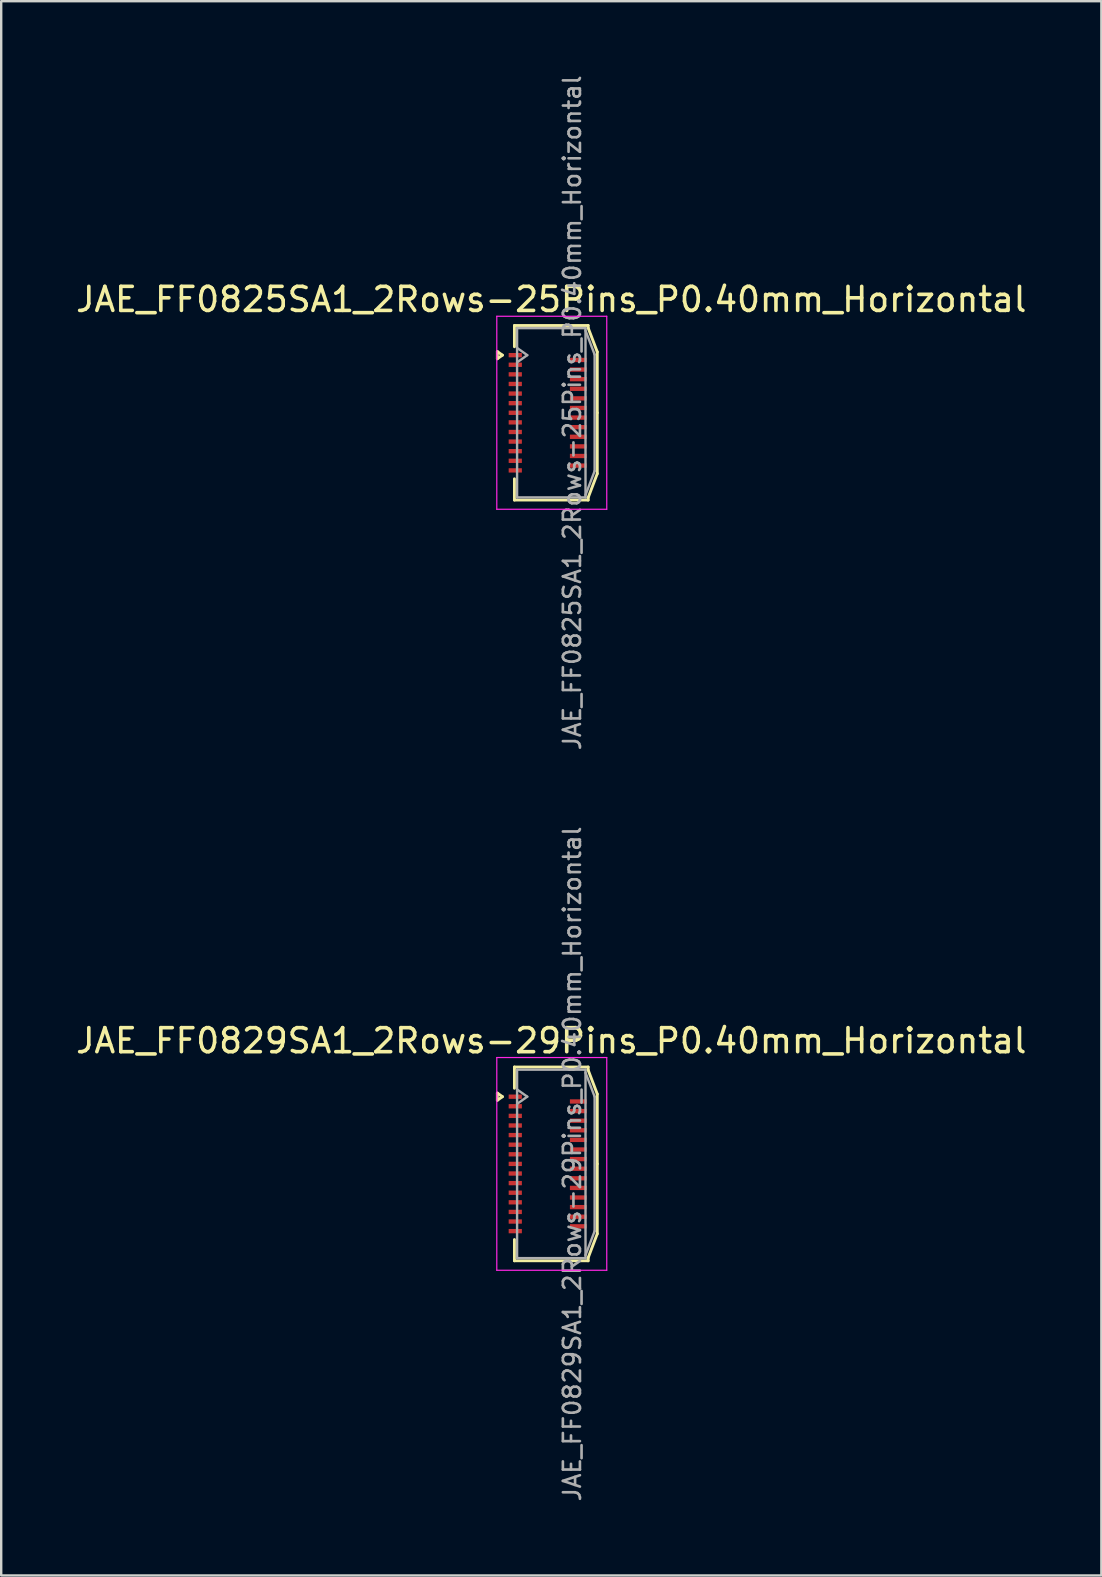
<source format=kicad_pcb>
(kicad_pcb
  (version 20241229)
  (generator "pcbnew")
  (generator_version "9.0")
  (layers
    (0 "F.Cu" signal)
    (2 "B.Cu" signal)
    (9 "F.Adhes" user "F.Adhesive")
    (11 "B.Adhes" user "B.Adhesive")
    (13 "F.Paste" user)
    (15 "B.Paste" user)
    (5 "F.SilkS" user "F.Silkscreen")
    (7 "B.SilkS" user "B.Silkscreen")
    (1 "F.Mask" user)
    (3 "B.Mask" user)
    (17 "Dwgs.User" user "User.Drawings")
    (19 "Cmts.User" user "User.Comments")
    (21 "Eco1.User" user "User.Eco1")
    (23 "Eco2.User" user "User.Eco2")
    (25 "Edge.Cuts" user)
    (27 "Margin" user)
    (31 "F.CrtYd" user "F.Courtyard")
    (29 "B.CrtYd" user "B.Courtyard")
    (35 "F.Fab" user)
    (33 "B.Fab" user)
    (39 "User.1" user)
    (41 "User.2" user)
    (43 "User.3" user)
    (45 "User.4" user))
  (footprint "JAE_FF0829SA1_2Rows-29Pins_P0.40mm_Horizontal"
    (layer "F.Cu")
    (at 19.761 45.426)
    (property "Reference" "JAE_FF0829SA1_2Rows-29Pins_P0.40mm_Horizontal" (at 0.15 -5.13 0) (layer "F.SilkS") (effects (font (size 1 1) (thickness 0.15))))
    (attr smd)
    (fp_line (start -2.097 -2.95) (end -1.885 -2.8) (stroke (width 0.12) (type solid)) (layer "F.SilkS"))
    (fp_line (start -2.097 -2.65) (end -2.097 -2.95) (stroke (width 0.12) (type solid)) (layer "F.SilkS"))
    (fp_line (start -1.885 -2.8) (end -2.097 -2.65) (stroke (width 0.12) (type solid)) (layer "F.SilkS"))
    (fp_line (start -1.385 -4.035) (end 1.685 -4.035) (stroke (width 0.12) (type solid)) (layer "F.SilkS"))
    (fp_line (start -1.385 -3.15) (end -1.385 -4.035) (stroke (width 0.12) (type solid)) (layer "F.SilkS"))
    (fp_line (start -1.385 3.15) (end -1.385 4.035) (stroke (width 0.12) (type solid)) (layer "F.SilkS"))
    (fp_line (start -1.385 4.035) (end 1.685 4.035) (stroke (width 0.12) (type solid)) (layer "F.SilkS"))
    (fp_line (start 1.685 -4.035) (end 1.685 -3.91) (stroke (width 0.12) (type solid)) (layer "F.SilkS"))
    (fp_line (start 1.685 -3.91) (end 2.065 -2.91) (stroke (width 0.12) (type solid)) (layer "F.SilkS"))
    (fp_line (start 1.685 3.91) (end 2.065 2.91) (stroke (width 0.12) (type solid)) (layer "F.SilkS"))
    (fp_line (start 1.685 4.035) (end 1.685 3.91) (stroke (width 0.12) (type solid)) (layer "F.SilkS"))
    (fp_line (start 2.065 -2.91) (end 2.065 0) (stroke (width 0.12) (type solid)) (layer "F.SilkS"))
    (fp_line (start 2.065 2.91) (end 2.065 0) (stroke (width 0.12) (type solid)) (layer "F.SilkS"))
    (fp_line (start -2.12 -4.43) (end -2.12 4.43) (stroke (width 0.05) (type solid)) (layer "F.CrtYd"))
    (fp_line (start -2.12 4.43) (end 2.46 4.43) (stroke (width 0.05) (type solid)) (layer "F.CrtYd"))
    (fp_line (start 2.46 -4.43) (end -2.12 -4.43) (stroke (width 0.05) (type solid)) (layer "F.CrtYd"))
    (fp_line (start 2.46 4.43) (end 2.46 -4.43) (stroke (width 0.05) (type solid)) (layer "F.CrtYd"))
    (fp_line (start -1.275 -3.925) (end -1.275 3.925) (stroke (width 0.1) (type solid)) (layer "F.Fab"))
    (fp_line (start -1.275 -3.1) (end -0.851 -2.8) (stroke (width 0.1) (type solid)) (layer "F.Fab"))
    (fp_line (start -1.275 3.925) (end 1.575 3.925) (stroke (width 0.1) (type solid)) (layer "F.Fab"))
    (fp_line (start -0.851 -2.8) (end -1.275 -2.5) (stroke (width 0.1) (type solid)) (layer "F.Fab"))
    (fp_line (start 1.575 -3.925) (end -1.275 -3.925) (stroke (width 0.1) (type solid)) (layer "F.Fab"))
    (fp_line (start 1.575 -3.8) (end 1.955 -2.8) (stroke (width 0.1) (type solid)) (layer "F.Fab"))
    (fp_line (start 1.575 3.925) (end 1.575 -3.925) (stroke (width 0.1) (type solid)) (layer "F.Fab"))
    (fp_line (start 1.955 -2.8) (end 1.955 2.8) (stroke (width 0.1) (type solid)) (layer "F.Fab"))
    (fp_line (start 1.955 2.8) (end 1.575 3.8) (stroke (width 0.1) (type solid)) (layer "F.Fab"))
    (fp_text user "${REFERENCE}" (at 1.02 0 90) (layer "F.Fab") (effects (font (size 0.71 0.71) (thickness 0.11))))
    (pad "1" smd rect (at -1.35 -2.8) (size 0.55 0.18) (layers "F.Cu" "F.Mask" "F.Paste"))
    (pad "2" smd rect (at 1.275 -2.6) (size 0.7 0.18) (layers "F.Cu" "F.Mask" "F.Paste"))
    (pad "3" smd rect (at -1.35 -2.4) (size 0.55 0.18) (layers "F.Cu" "F.Mask" "F.Paste"))
    (pad "4" smd rect (at 1.275 -2.2) (size 0.7 0.18) (layers "F.Cu" "F.Mask" "F.Paste"))
    (pad "5" smd rect (at -1.35 -2) (size 0.55 0.18) (layers "F.Cu" "F.Mask" "F.Paste"))
    (pad "6" smd rect (at 1.275 -1.8) (size 0.7 0.18) (layers "F.Cu" "F.Mask" "F.Paste"))
    (pad "7" smd rect (at -1.35 -1.6) (size 0.55 0.18) (layers "F.Cu" "F.Mask" "F.Paste"))
    (pad "8" smd rect (at 1.275 -1.4) (size 0.7 0.18) (layers "F.Cu" "F.Mask" "F.Paste"))
    (pad "9" smd rect (at -1.35 -1.2) (size 0.55 0.18) (layers "F.Cu" "F.Mask" "F.Paste"))
    (pad "10" smd rect (at 1.275 -1) (size 0.7 0.18) (layers "F.Cu" "F.Mask" "F.Paste"))
    (pad "11" smd rect (at -1.35 -0.8) (size 0.55 0.18) (layers "F.Cu" "F.Mask" "F.Paste"))
    (pad "12" smd rect (at 1.275 -0.6) (size 0.7 0.18) (layers "F.Cu" "F.Mask" "F.Paste"))
    (pad "13" smd rect (at -1.35 -0.4) (size 0.55 0.18) (layers "F.Cu" "F.Mask" "F.Paste"))
    (pad "14" smd rect (at 1.275 -0.2) (size 0.7 0.18) (layers "F.Cu" "F.Mask" "F.Paste"))
    (pad "15" smd rect (at -1.35 0) (size 0.55 0.18) (layers "F.Cu" "F.Mask" "F.Paste"))
    (pad "16" smd rect (at 1.275 0.2) (size 0.7 0.18) (layers "F.Cu" "F.Mask" "F.Paste"))
    (pad "17" smd rect (at -1.35 0.4) (size 0.55 0.18) (layers "F.Cu" "F.Mask" "F.Paste"))
    (pad "18" smd rect (at 1.275 0.6) (size 0.7 0.18) (layers "F.Cu" "F.Mask" "F.Paste"))
    (pad "19" smd rect (at -1.35 0.8) (size 0.55 0.18) (layers "F.Cu" "F.Mask" "F.Paste"))
    (pad "20" smd rect (at 1.275 1) (size 0.7 0.18) (layers "F.Cu" "F.Mask" "F.Paste"))
    (pad "21" smd rect (at -1.35 1.2) (size 0.55 0.18) (layers "F.Cu" "F.Mask" "F.Paste"))
    (pad "22" smd rect (at 1.275 1.4) (size 0.7 0.18) (layers "F.Cu" "F.Mask" "F.Paste"))
    (pad "23" smd rect (at -1.35 1.6) (size 0.55 0.18) (layers "F.Cu" "F.Mask" "F.Paste"))
    (pad "24" smd rect (at 1.275 1.8) (size 0.7 0.18) (layers "F.Cu" "F.Mask" "F.Paste"))
    (pad "25" smd rect (at -1.35 2) (size 0.55 0.18) (layers "F.Cu" "F.Mask" "F.Paste"))
    (pad "26" smd rect (at 1.275 2.2) (size 0.7 0.18) (layers "F.Cu" "F.Mask" "F.Paste"))
    (pad "27" smd rect (at -1.35 2.4) (size 0.55 0.18) (layers "F.Cu" "F.Mask" "F.Paste"))
    (pad "28" smd rect (at 1.275 2.6) (size 0.7 0.18) (layers "F.Cu" "F.Mask" "F.Paste"))
    (pad "29" smd rect (at -1.35 2.8) (size 0.55 0.18) (layers "F.Cu" "F.Mask" "F.Paste")))
  (footprint "JAE_FF0825SA1_2Rows-25Pins_P0.40mm_Horizontal"
    (layer "F.Cu")
    (at 19.761 14.142)
    (property "Reference" "JAE_FF0825SA1_2Rows-25Pins_P0.40mm_Horizontal" (at 0.15 -4.72 0) (layer "F.SilkS") (effects (font (size 1 1) (thickness 0.15))))
    (attr smd)
    (fp_line (start -2.097 -2.55) (end -1.885 -2.4) (stroke (width 0.12) (type solid)) (layer "F.SilkS"))
    (fp_line (start -2.097 -2.25) (end -2.097 -2.55) (stroke (width 0.12) (type solid)) (layer "F.SilkS"))
    (fp_line (start -1.885 -2.4) (end -2.097 -2.25) (stroke (width 0.12) (type solid)) (layer "F.SilkS"))
    (fp_line (start -1.385 -3.635) (end 1.685 -3.635) (stroke (width 0.12) (type solid)) (layer "F.SilkS"))
    (fp_line (start -1.385 -2.75) (end -1.385 -3.635) (stroke (width 0.12) (type solid)) (layer "F.SilkS"))
    (fp_line (start -1.385 2.75) (end -1.385 3.635) (stroke (width 0.12) (type solid)) (layer "F.SilkS"))
    (fp_line (start -1.385 3.635) (end 1.685 3.635) (stroke (width 0.12) (type solid)) (layer "F.SilkS"))
    (fp_line (start 1.685 -3.635) (end 1.685 -3.535) (stroke (width 0.12) (type solid)) (layer "F.SilkS"))
    (fp_line (start 1.685 -3.535) (end 2.065 -2.535) (stroke (width 0.12) (type solid)) (layer "F.SilkS"))
    (fp_line (start 1.685 3.535) (end 2.065 2.535) (stroke (width 0.12) (type solid)) (layer "F.SilkS"))
    (fp_line (start 1.685 3.635) (end 1.685 3.535) (stroke (width 0.12) (type solid)) (layer "F.SilkS"))
    (fp_line (start 2.065 -2.535) (end 2.065 0) (stroke (width 0.12) (type solid)) (layer "F.SilkS"))
    (fp_line (start 2.065 2.535) (end 2.065 0) (stroke (width 0.12) (type solid)) (layer "F.SilkS"))
    (fp_line (start -2.12 -4.02) (end -2.12 4.02) (stroke (width 0.05) (type solid)) (layer "F.CrtYd"))
    (fp_line (start -2.12 4.02) (end 2.46 4.02) (stroke (width 0.05) (type solid)) (layer "F.CrtYd"))
    (fp_line (start 2.46 -4.02) (end -2.12 -4.02) (stroke (width 0.05) (type solid)) (layer "F.CrtYd"))
    (fp_line (start 2.46 4.02) (end 2.46 -4.02) (stroke (width 0.05) (type solid)) (layer "F.CrtYd"))
    (fp_line (start -1.275 -3.525) (end -1.275 3.525) (stroke (width 0.1) (type solid)) (layer "F.Fab"))
    (fp_line (start -1.275 -2.7) (end -0.851 -2.4) (stroke (width 0.1) (type solid)) (layer "F.Fab"))
    (fp_line (start -1.275 3.525) (end 1.575 3.525) (stroke (width 0.1) (type solid)) (layer "F.Fab"))
    (fp_line (start -0.851 -2.4) (end -1.275 -2.1) (stroke (width 0.1) (type solid)) (layer "F.Fab"))
    (fp_line (start 1.575 -3.525) (end -1.275 -3.525) (stroke (width 0.1) (type solid)) (layer "F.Fab"))
    (fp_line (start 1.575 -3.425) (end 1.955 -2.425) (stroke (width 0.1) (type solid)) (layer "F.Fab"))
    (fp_line (start 1.575 3.525) (end 1.575 -3.525) (stroke (width 0.1) (type solid)) (layer "F.Fab"))
    (fp_line (start 1.955 -2.425) (end 1.955 2.425) (stroke (width 0.1) (type solid)) (layer "F.Fab"))
    (fp_line (start 1.955 2.425) (end 1.575 3.425) (stroke (width 0.1) (type solid)) (layer "F.Fab"))
    (fp_text user "${REFERENCE}" (at 1.02 0 90) (layer "F.Fab") (effects (font (size 0.71 0.71) (thickness 0.11))))
    (pad "1" smd rect (at -1.35 -2.4) (size 0.55 0.18) (layers "F.Cu" "F.Mask" "F.Paste"))
    (pad "2" smd rect (at 1.275 -2.2) (size 0.7 0.18) (layers "F.Cu" "F.Mask" "F.Paste"))
    (pad "3" smd rect (at -1.35 -2) (size 0.55 0.18) (layers "F.Cu" "F.Mask" "F.Paste"))
    (pad "4" smd rect (at 1.275 -1.8) (size 0.7 0.18) (layers "F.Cu" "F.Mask" "F.Paste"))
    (pad "5" smd rect (at -1.35 -1.6) (size 0.55 0.18) (layers "F.Cu" "F.Mask" "F.Paste"))
    (pad "6" smd rect (at 1.275 -1.4) (size 0.7 0.18) (layers "F.Cu" "F.Mask" "F.Paste"))
    (pad "7" smd rect (at -1.35 -1.2) (size 0.55 0.18) (layers "F.Cu" "F.Mask" "F.Paste"))
    (pad "8" smd rect (at 1.275 -1) (size 0.7 0.18) (layers "F.Cu" "F.Mask" "F.Paste"))
    (pad "9" smd rect (at -1.35 -0.8) (size 0.55 0.18) (layers "F.Cu" "F.Mask" "F.Paste"))
    (pad "10" smd rect (at 1.275 -0.6) (size 0.7 0.18) (layers "F.Cu" "F.Mask" "F.Paste"))
    (pad "11" smd rect (at -1.35 -0.4) (size 0.55 0.18) (layers "F.Cu" "F.Mask" "F.Paste"))
    (pad "12" smd rect (at 1.275 -0.2) (size 0.7 0.18) (layers "F.Cu" "F.Mask" "F.Paste"))
    (pad "13" smd rect (at -1.35 0) (size 0.55 0.18) (layers "F.Cu" "F.Mask" "F.Paste"))
    (pad "14" smd rect (at 1.275 0.2) (size 0.7 0.18) (layers "F.Cu" "F.Mask" "F.Paste"))
    (pad "15" smd rect (at -1.35 0.4) (size 0.55 0.18) (layers "F.Cu" "F.Mask" "F.Paste"))
    (pad "16" smd rect (at 1.275 0.6) (size 0.7 0.18) (layers "F.Cu" "F.Mask" "F.Paste"))
    (pad "17" smd rect (at -1.35 0.8) (size 0.55 0.18) (layers "F.Cu" "F.Mask" "F.Paste"))
    (pad "18" smd rect (at 1.275 1) (size 0.7 0.18) (layers "F.Cu" "F.Mask" "F.Paste"))
    (pad "19" smd rect (at -1.35 1.2) (size 0.55 0.18) (layers "F.Cu" "F.Mask" "F.Paste"))
    (pad "20" smd rect (at 1.275 1.4) (size 0.7 0.18) (layers "F.Cu" "F.Mask" "F.Paste"))
    (pad "21" smd rect (at -1.35 1.6) (size 0.55 0.18) (layers "F.Cu" "F.Mask" "F.Paste"))
    (pad "22" smd rect (at 1.275 1.8) (size 0.7 0.18) (layers "F.Cu" "F.Mask" "F.Paste"))
    (pad "23" smd rect (at -1.35 2) (size 0.55 0.18) (layers "F.Cu" "F.Mask" "F.Paste"))
    (pad "24" smd rect (at 1.275 2.2) (size 0.7 0.18) (layers "F.Cu" "F.Mask" "F.Paste"))
    (pad "25" smd rect (at -1.35 2.4) (size 0.55 0.18) (layers "F.Cu" "F.Mask" "F.Paste")))
  (gr_rect
    (start -3 -3)
    (end 42.821 62.567)
    (stroke (width 0.1) (type default))
    (fill no)
    (layer "Edge.Cuts")))
</source>
